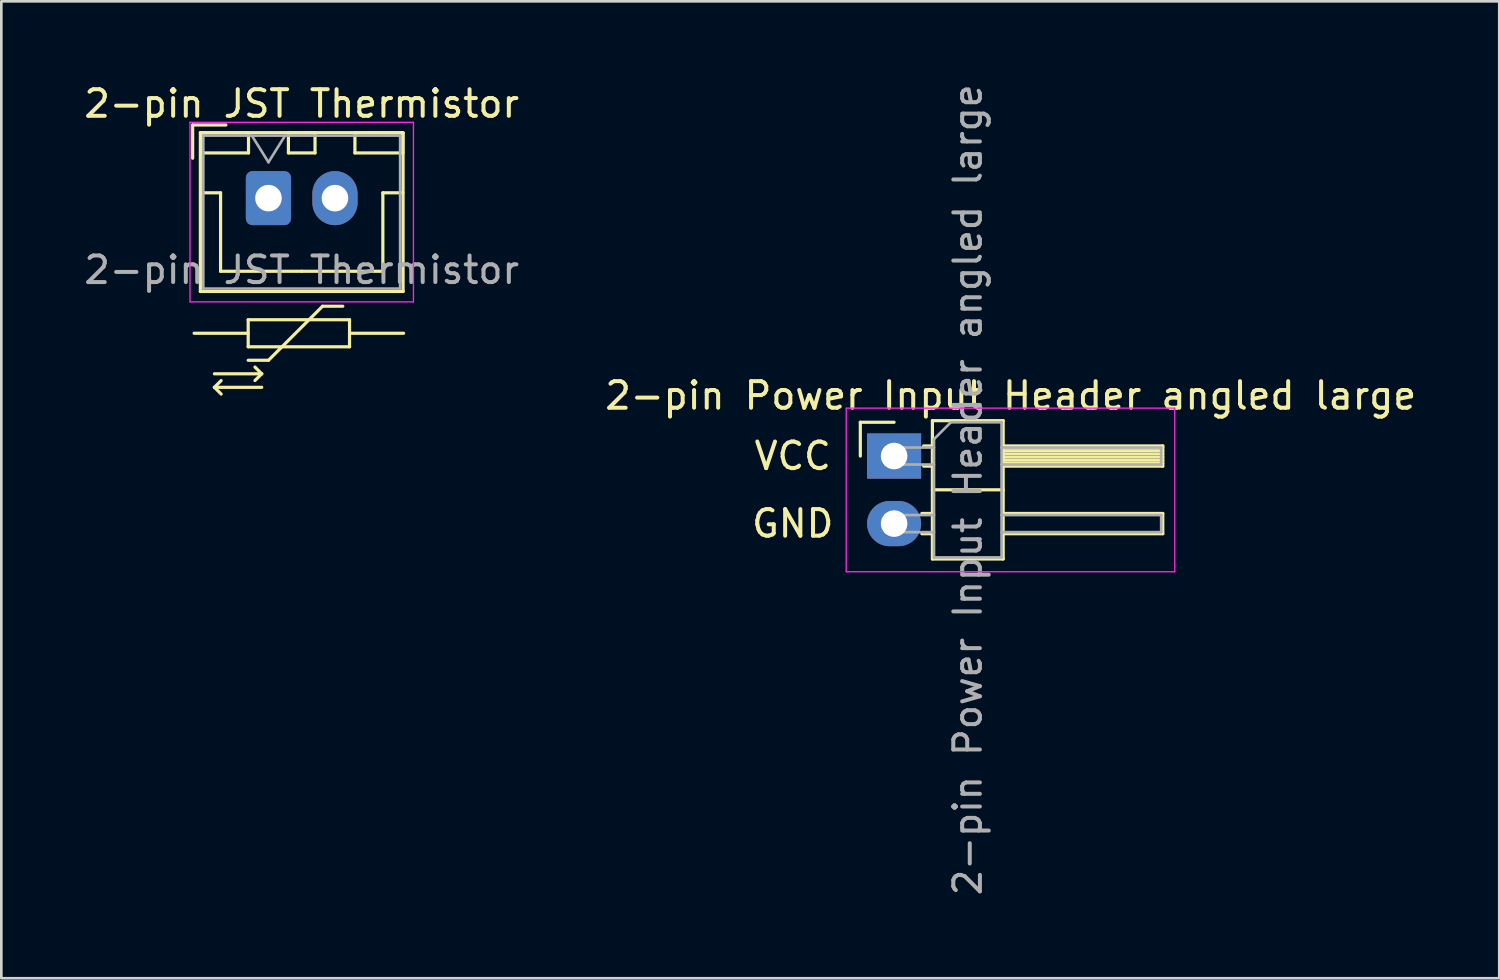
<source format=kicad_pcb>
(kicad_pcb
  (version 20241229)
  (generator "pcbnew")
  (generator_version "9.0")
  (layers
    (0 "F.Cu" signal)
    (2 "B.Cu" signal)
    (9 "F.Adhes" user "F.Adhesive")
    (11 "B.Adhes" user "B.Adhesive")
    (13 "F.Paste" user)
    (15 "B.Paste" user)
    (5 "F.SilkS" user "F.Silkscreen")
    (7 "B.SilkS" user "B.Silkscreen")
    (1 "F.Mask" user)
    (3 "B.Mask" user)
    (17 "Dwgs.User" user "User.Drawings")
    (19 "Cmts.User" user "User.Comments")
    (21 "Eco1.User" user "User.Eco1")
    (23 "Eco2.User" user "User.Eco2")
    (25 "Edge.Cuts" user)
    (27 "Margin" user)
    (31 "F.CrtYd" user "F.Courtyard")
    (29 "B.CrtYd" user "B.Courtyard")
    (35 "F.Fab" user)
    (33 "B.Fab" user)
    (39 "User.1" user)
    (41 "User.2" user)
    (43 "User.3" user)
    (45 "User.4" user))
  (footprint "2-pin JST Thermistor"
    (layer "F.Cu")
    (at 7.042 4.398)
    (property "Reference" "2-pin JST Thermistor" (at 1.25 -3.55 0) (layer "F.SilkS") (effects (font (size 1 1) (thickness 0.15))))
    (attr through_hole)
    (fp_line (start -2.85 -2.75) (end -2.85 -1.5) (stroke (width 0.12) (type solid)) (layer "F.SilkS"))
    (fp_line (start -2.794 5.08) (end -0.762 5.08) (stroke (width 0.12) (type solid)) (layer "F.SilkS"))
    (fp_line (start -2.56 -2.46) (end -2.56 3.51) (stroke (width 0.12) (type solid)) (layer "F.SilkS"))
    (fp_line (start -2.56 3.51) (end 5.06 3.51) (stroke (width 0.12) (type solid)) (layer "F.SilkS"))
    (fp_line (start -2.55 -2.45) (end -2.55 -1.7) (stroke (width 0.12) (type solid)) (layer "F.SilkS"))
    (fp_line (start -2.55 -1.7) (end -0.75 -1.7) (stroke (width 0.12) (type solid)) (layer "F.SilkS"))
    (fp_line (start -2.55 -0.2) (end -1.8 -0.2) (stroke (width 0.12) (type solid)) (layer "F.SilkS"))
    (fp_line (start -2.032 6.604) (end -0.254 6.604) (stroke (width 0.12) (type solid)) (layer "F.SilkS"))
    (fp_line (start -2.032 7.112) (end -1.778 6.858) (stroke (width 0.12) (type solid)) (layer "F.SilkS"))
    (fp_line (start -2.032 7.112) (end -1.778 7.366) (stroke (width 0.12) (type solid)) (layer "F.SilkS"))
    (fp_line (start -1.8 -0.2) (end -1.8 2.75) (stroke (width 0.12) (type solid)) (layer "F.SilkS"))
    (fp_line (start -1.8 2.75) (end 1.25 2.75) (stroke (width 0.12) (type solid)) (layer "F.SilkS"))
    (fp_line (start -1.6 -2.75) (end -2.85 -2.75) (stroke (width 0.12) (type solid)) (layer "F.SilkS"))
    (fp_line (start -0.762 4.572) (end -0.762 5.588) (stroke (width 0.12) (type solid)) (layer "F.SilkS"))
    (fp_line (start -0.762 5.588) (end 3.048 5.588) (stroke (width 0.12) (type solid)) (layer "F.SilkS"))
    (fp_line (start -0.762 6.096) (end 0 6.096) (stroke (width 0.12) (type solid)) (layer "F.SilkS"))
    (fp_line (start -0.75 -2.45) (end -2.55 -2.45) (stroke (width 0.12) (type solid)) (layer "F.SilkS"))
    (fp_line (start -0.75 -1.7) (end -0.75 -2.45) (stroke (width 0.12) (type solid)) (layer "F.SilkS"))
    (fp_line (start -0.254 6.604) (end -0.508 6.35) (stroke (width 0.12) (type solid)) (layer "F.SilkS"))
    (fp_line (start -0.254 6.604) (end -0.508 6.858) (stroke (width 0.12) (type solid)) (layer "F.SilkS"))
    (fp_line (start -0.254 7.112) (end -2.032 7.112) (stroke (width 0.12) (type solid)) (layer "F.SilkS"))
    (fp_line (start 0 6.096) (end 2.032 4.064) (stroke (width 0.12) (type solid)) (layer "F.SilkS"))
    (fp_line (start 0.75 -2.45) (end 0.75 -1.7) (stroke (width 0.12) (type solid)) (layer "F.SilkS"))
    (fp_line (start 0.75 -1.7) (end 1.75 -1.7) (stroke (width 0.12) (type solid)) (layer "F.SilkS"))
    (fp_line (start 1.75 -2.45) (end 0.75 -2.45) (stroke (width 0.12) (type solid)) (layer "F.SilkS"))
    (fp_line (start 1.75 -1.7) (end 1.75 -2.45) (stroke (width 0.12) (type solid)) (layer "F.SilkS"))
    (fp_line (start 2.032 4.064) (end 2.794 4.064) (stroke (width 0.12) (type solid)) (layer "F.SilkS"))
    (fp_line (start 3.048 4.572) (end -0.762 4.572) (stroke (width 0.12) (type solid)) (layer "F.SilkS"))
    (fp_line (start 3.048 5.08) (end 3.048 4.572) (stroke (width 0.12) (type solid)) (layer "F.SilkS"))
    (fp_line (start 3.048 5.588) (end 3.048 5.08) (stroke (width 0.12) (type solid)) (layer "F.SilkS"))
    (fp_line (start 3.25 -2.45) (end 3.25 -1.7) (stroke (width 0.12) (type solid)) (layer "F.SilkS"))
    (fp_line (start 3.25 -1.7) (end 5.05 -1.7) (stroke (width 0.12) (type solid)) (layer "F.SilkS"))
    (fp_line (start 4.3 -0.2) (end 4.3 2.75) (stroke (width 0.12) (type solid)) (layer "F.SilkS"))
    (fp_line (start 4.3 2.75) (end 1.25 2.75) (stroke (width 0.12) (type solid)) (layer "F.SilkS"))
    (fp_line (start 5.05 -2.45) (end 3.25 -2.45) (stroke (width 0.12) (type solid)) (layer "F.SilkS"))
    (fp_line (start 5.05 -1.7) (end 5.05 -2.45) (stroke (width 0.12) (type solid)) (layer "F.SilkS"))
    (fp_line (start 5.05 -0.2) (end 4.3 -0.2) (stroke (width 0.12) (type solid)) (layer "F.SilkS"))
    (fp_line (start 5.06 -2.46) (end -2.56 -2.46) (stroke (width 0.12) (type solid)) (layer "F.SilkS"))
    (fp_line (start 5.06 3.51) (end 5.06 -2.46) (stroke (width 0.12) (type solid)) (layer "F.SilkS"))
    (fp_line (start 5.08 5.08) (end 3.048 5.08) (stroke (width 0.12) (type solid)) (layer "F.SilkS"))
    (fp_line (start -2.95 -2.85) (end -2.95 3.9) (stroke (width 0.05) (type solid)) (layer "F.CrtYd"))
    (fp_line (start -2.95 3.9) (end 5.45 3.9) (stroke (width 0.05) (type solid)) (layer "F.CrtYd"))
    (fp_line (start 5.45 -2.85) (end -2.95 -2.85) (stroke (width 0.05) (type solid)) (layer "F.CrtYd"))
    (fp_line (start 5.45 3.9) (end 5.45 -2.85) (stroke (width 0.05) (type solid)) (layer "F.CrtYd"))
    (fp_line (start -2.45 -2.35) (end -2.45 3.4) (stroke (width 0.1) (type solid)) (layer "F.Fab"))
    (fp_line (start -2.45 3.4) (end 4.95 3.4) (stroke (width 0.1) (type solid)) (layer "F.Fab"))
    (fp_line (start -0.625 -2.35) (end 0 -1.35) (stroke (width 0.1) (type solid)) (layer "F.Fab"))
    (fp_line (start 0 -1.35) (end 0.625 -2.35) (stroke (width 0.1) (type solid)) (layer "F.Fab"))
    (fp_line (start 4.95 -2.35) (end -2.45 -2.35) (stroke (width 0.1) (type solid)) (layer "F.Fab"))
    (fp_line (start 4.95 3.4) (end 4.95 -2.35) (stroke (width 0.1) (type solid)) (layer "F.Fab"))
    (fp_text user "${REFERENCE}" (at 1.25 2.7 0) (layer "F.Fab") (effects (font (size 1 1) (thickness 0.15))))
    (pad "1" thru_hole roundrect (at 0 0) (size 1.7 2.032) (drill 1) (layers "*.Cu" "*.Mask") (roundrect_rratio 0.147))
    (pad "2" thru_hole oval (at 2.5 0) (size 1.7 2.032) (drill 1) (layers "*.Cu" "*.Mask")))
  (footprint "2-pin Power Input Header angled large"
    (layer "F.Cu")
    (at 30.561 14.093)
    (property "Reference" "2-pin Power Input Header angled large" (at 4.385 -2.27 0) (layer "F.SilkS") (effects (font (size 1 1) (thickness 0.15))))
    (attr through_hole)
    (fp_line (start -1.27 -1.27) (end 0 -1.27) (stroke (width 0.12) (type solid)) (layer "F.SilkS"))
    (fp_line (start -1.27 0) (end -1.27 -1.27) (stroke (width 0.12) (type solid)) (layer "F.SilkS"))
    (fp_line (start 1.043 2.16) (end 1.44 2.16) (stroke (width 0.12) (type solid)) (layer "F.SilkS"))
    (fp_line (start 1.043 2.92) (end 1.44 2.92) (stroke (width 0.12) (type solid)) (layer "F.SilkS"))
    (fp_line (start 1.11 -0.38) (end 1.44 -0.38) (stroke (width 0.12) (type solid)) (layer "F.SilkS"))
    (fp_line (start 1.11 0.38) (end 1.44 0.38) (stroke (width 0.12) (type solid)) (layer "F.SilkS"))
    (fp_line (start 1.44 -1.33) (end 1.44 3.87) (stroke (width 0.12) (type solid)) (layer "F.SilkS"))
    (fp_line (start 1.44 1.27) (end 4.1 1.27) (stroke (width 0.12) (type solid)) (layer "F.SilkS"))
    (fp_line (start 1.44 3.87) (end 4.1 3.87) (stroke (width 0.12) (type solid)) (layer "F.SilkS"))
    (fp_line (start 4.1 -1.33) (end 1.44 -1.33) (stroke (width 0.12) (type solid)) (layer "F.SilkS"))
    (fp_line (start 4.1 -0.38) (end 10.1 -0.38) (stroke (width 0.12) (type solid)) (layer "F.SilkS"))
    (fp_line (start 4.1 -0.32) (end 10.1 -0.32) (stroke (width 0.12) (type solid)) (layer "F.SilkS"))
    (fp_line (start 4.1 -0.2) (end 10.1 -0.2) (stroke (width 0.12) (type solid)) (layer "F.SilkS"))
    (fp_line (start 4.1 -0.08) (end 10.1 -0.08) (stroke (width 0.12) (type solid)) (layer "F.SilkS"))
    (fp_line (start 4.1 0.04) (end 10.1 0.04) (stroke (width 0.12) (type solid)) (layer "F.SilkS"))
    (fp_line (start 4.1 0.16) (end 10.1 0.16) (stroke (width 0.12) (type solid)) (layer "F.SilkS"))
    (fp_line (start 4.1 0.28) (end 10.1 0.28) (stroke (width 0.12) (type solid)) (layer "F.SilkS"))
    (fp_line (start 4.1 2.16) (end 10.1 2.16) (stroke (width 0.12) (type solid)) (layer "F.SilkS"))
    (fp_line (start 4.1 3.87) (end 4.1 -1.33) (stroke (width 0.12) (type solid)) (layer "F.SilkS"))
    (fp_line (start 10.1 -0.38) (end 10.1 0.38) (stroke (width 0.12) (type solid)) (layer "F.SilkS"))
    (fp_line (start 10.1 0.38) (end 4.1 0.38) (stroke (width 0.12) (type solid)) (layer "F.SilkS"))
    (fp_line (start 10.1 2.16) (end 10.1 2.92) (stroke (width 0.12) (type solid)) (layer "F.SilkS"))
    (fp_line (start 10.1 2.92) (end 4.1 2.92) (stroke (width 0.12) (type solid)) (layer "F.SilkS"))
    (fp_line (start -1.8 -1.8) (end -1.8 4.35) (stroke (width 0.05) (type solid)) (layer "F.CrtYd"))
    (fp_line (start -1.8 4.35) (end 10.55 4.35) (stroke (width 0.05) (type solid)) (layer "F.CrtYd"))
    (fp_line (start 10.55 -1.8) (end -1.8 -1.8) (stroke (width 0.05) (type solid)) (layer "F.CrtYd"))
    (fp_line (start 10.55 4.35) (end 10.55 -1.8) (stroke (width 0.05) (type solid)) (layer "F.CrtYd"))
    (fp_line (start -0.32 -0.32) (end -0.32 0.32) (stroke (width 0.1) (type solid)) (layer "F.Fab"))
    (fp_line (start -0.32 -0.32) (end 1.5 -0.32) (stroke (width 0.1) (type solid)) (layer "F.Fab"))
    (fp_line (start -0.32 0.32) (end 1.5 0.32) (stroke (width 0.1) (type solid)) (layer "F.Fab"))
    (fp_line (start -0.32 2.22) (end -0.32 2.86) (stroke (width 0.1) (type solid)) (layer "F.Fab"))
    (fp_line (start -0.32 2.22) (end 1.5 2.22) (stroke (width 0.1) (type solid)) (layer "F.Fab"))
    (fp_line (start -0.32 2.86) (end 1.5 2.86) (stroke (width 0.1) (type solid)) (layer "F.Fab"))
    (fp_line (start 1.5 -0.635) (end 2.135 -1.27) (stroke (width 0.1) (type solid)) (layer "F.Fab"))
    (fp_line (start 1.5 3.81) (end 1.5 -0.635) (stroke (width 0.1) (type solid)) (layer "F.Fab"))
    (fp_line (start 2.135 -1.27) (end 4.04 -1.27) (stroke (width 0.1) (type solid)) (layer "F.Fab"))
    (fp_line (start 4.04 -1.27) (end 4.04 3.81) (stroke (width 0.1) (type solid)) (layer "F.Fab"))
    (fp_line (start 4.04 -0.32) (end 10.04 -0.32) (stroke (width 0.1) (type solid)) (layer "F.Fab"))
    (fp_line (start 4.04 0.32) (end 10.04 0.32) (stroke (width 0.1) (type solid)) (layer "F.Fab"))
    (fp_line (start 4.04 2.22) (end 10.04 2.22) (stroke (width 0.1) (type solid)) (layer "F.Fab"))
    (fp_line (start 4.04 2.86) (end 10.04 2.86) (stroke (width 0.1) (type solid)) (layer "F.Fab"))
    (fp_line (start 4.04 3.81) (end 1.5 3.81) (stroke (width 0.1) (type solid)) (layer "F.Fab"))
    (fp_line (start 10.04 -0.32) (end 10.04 0.32) (stroke (width 0.1) (type solid)) (layer "F.Fab"))
    (fp_line (start 10.04 2.22) (end 10.04 2.86) (stroke (width 0.1) (type solid)) (layer "F.Fab"))
    (fp_text user "GND" (at -3.81 2.54 0) (unlocked yes) (layer "F.SilkS") (effects (font (size 1 1) (thickness 0.15))))
    (fp_text user "VCC" (at -3.81 0 0) (unlocked yes) (layer "F.SilkS") (effects (font (size 1 1) (thickness 0.15))))
    (fp_text user "${REFERENCE}" (at 2.77 1.27 90) (layer "F.Fab") (effects (font (size 1 1) (thickness 0.15))))
    (pad "1" thru_hole rect (at 0 0) (size 2.032 1.7) (drill 1) (layers "*.Cu" "*.Mask"))
    (pad "2" thru_hole oval (at 0 2.54) (size 2.032 1.7) (drill 1) (layers "*.Cu" "*.Mask")))
  (gr_rect
    (start -3 -3)
    (end 53.31 33.726)
    (stroke (width 0.1) (type default))
    (fill no)
    (layer "Edge.Cuts")))
</source>
